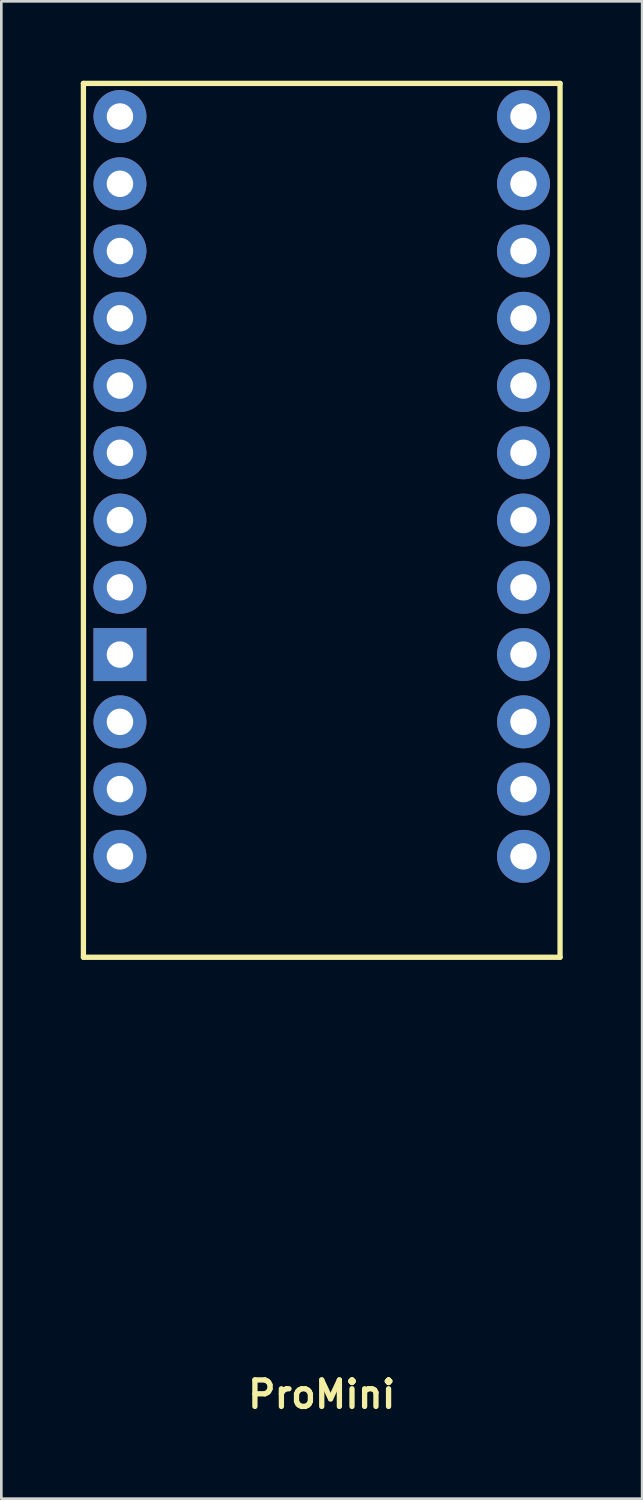
<source format=kicad_pcb>
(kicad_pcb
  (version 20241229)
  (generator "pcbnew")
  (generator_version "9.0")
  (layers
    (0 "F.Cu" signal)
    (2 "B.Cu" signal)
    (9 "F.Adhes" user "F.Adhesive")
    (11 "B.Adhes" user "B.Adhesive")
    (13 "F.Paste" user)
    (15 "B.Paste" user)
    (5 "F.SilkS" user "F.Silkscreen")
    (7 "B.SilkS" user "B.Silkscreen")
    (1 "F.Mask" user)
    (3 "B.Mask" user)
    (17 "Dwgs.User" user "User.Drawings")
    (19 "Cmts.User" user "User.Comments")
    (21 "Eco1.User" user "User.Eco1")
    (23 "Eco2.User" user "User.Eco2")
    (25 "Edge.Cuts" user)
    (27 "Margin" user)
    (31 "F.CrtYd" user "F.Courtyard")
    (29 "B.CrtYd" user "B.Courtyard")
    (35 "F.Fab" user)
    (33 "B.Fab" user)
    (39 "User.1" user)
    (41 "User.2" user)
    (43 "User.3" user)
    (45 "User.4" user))
  (footprint "ProMini"
    (layer "F.Cu")
    (at 9.1 33.1)
    (property "Reference" "ProMini" (at 0 16.51 0) (layer "F.SilkS") (effects (font (size 1 1) (thickness 0.2))))
    (attr through_hole)
    (fp_line (start -9 -33) (end 9 -33) (stroke (width 0.2) (type solid)) (layer "F.SilkS"))
    (fp_line (start -9 0) (end -9 -33) (stroke (width 0.2) (type solid)) (layer "F.SilkS"))
    (fp_line (start -9 0) (end 9 0) (stroke (width 0.2) (type solid)) (layer "F.SilkS"))
    (fp_line (start 9 0) (end 9 -33) (stroke (width 0.2) (type solid)) (layer "F.SilkS"))
    (pad "1" thru_hole circle (at -7.62 -3.81) (size 2 2) (drill 1) (layers "*.Cu" "*.Mask"))
    (pad "2" thru_hole circle (at -7.62 -6.35) (size 2 2) (drill 1) (layers "*.Cu" "*.Mask"))
    (pad "3" thru_hole circle (at -7.62 -8.89) (size 2 2) (drill 1) (layers "*.Cu" "*.Mask"))
    (pad "4" thru_hole rect (at -7.62 -11.43) (size 2 2) (drill 1) (layers "*.Cu" "*.Mask"))
    (pad "5" thru_hole circle (at -7.62 -13.97) (size 2 2) (drill 1) (layers "*.Cu" "*.Mask"))
    (pad "6" thru_hole circle (at -7.62 -16.51) (size 2 2) (drill 1) (layers "*.Cu" "*.Mask"))
    (pad "7" thru_hole circle (at -7.62 -19.05) (size 2 2) (drill 1) (layers "*.Cu" "*.Mask"))
    (pad "8" thru_hole circle (at -7.62 -21.59) (size 2 2) (drill 1) (layers "*.Cu" "*.Mask"))
    (pad "9" thru_hole circle (at -7.62 -24.13) (size 2 2) (drill 1) (layers "*.Cu" "*.Mask"))
    (pad "10" thru_hole circle (at -7.62 -26.67) (size 2 2) (drill 1) (layers "*.Cu" "*.Mask"))
    (pad "11" thru_hole circle (at -7.62 -29.21) (size 2 2) (drill 1) (layers "*.Cu" "*.Mask"))
    (pad "12" thru_hole circle (at -7.62 -31.75) (size 2 2) (drill 1) (layers "*.Cu" "*.Mask"))
    (pad "13" thru_hole circle (at 7.62 -3.81) (size 2 2) (drill 1) (layers "*.Cu" "*.Mask"))
    (pad "14" thru_hole circle (at 7.62 -6.35) (size 2 2) (drill 1) (layers "*.Cu" "*.Mask"))
    (pad "15" thru_hole circle (at 7.62 -8.89) (size 2 2) (drill 1) (layers "*.Cu" "*.Mask"))
    (pad "16" thru_hole circle (at 7.62 -11.43) (size 2 2) (drill 1) (layers "*.Cu" "*.Mask"))
    (pad "17" thru_hole circle (at 7.62 -13.97) (size 2 2) (drill 1) (layers "*.Cu" "*.Mask"))
    (pad "18" thru_hole circle (at 7.62 -16.51) (size 2 2) (drill 1) (layers "*.Cu" "*.Mask"))
    (pad "19" thru_hole circle (at 7.62 -19.05) (size 2 2) (drill 1) (layers "*.Cu" "*.Mask"))
    (pad "20" thru_hole circle (at 7.62 -21.59) (size 2 2) (drill 1) (layers "*.Cu" "*.Mask"))
    (pad "21" thru_hole circle (at 7.62 -24.13) (size 2 2) (drill 1) (layers "*.Cu" "*.Mask"))
    (pad "22" thru_hole circle (at 7.62 -26.67) (size 2 2) (drill 1) (layers "*.Cu" "*.Mask"))
    (pad "23" thru_hole circle (at 7.62 -29.21) (size 2 2) (drill 1) (layers "*.Cu" "*.Mask"))
    (pad "24" thru_hole circle (at 7.62 -31.75) (size 2 2) (drill 1) (layers "*.Cu" "*.Mask")))
  (gr_rect
    (start -3 -3)
    (end 21.2 53.546)
    (stroke (width 0.1) (type default))
    (fill no)
    (layer "Edge.Cuts")))
</source>
